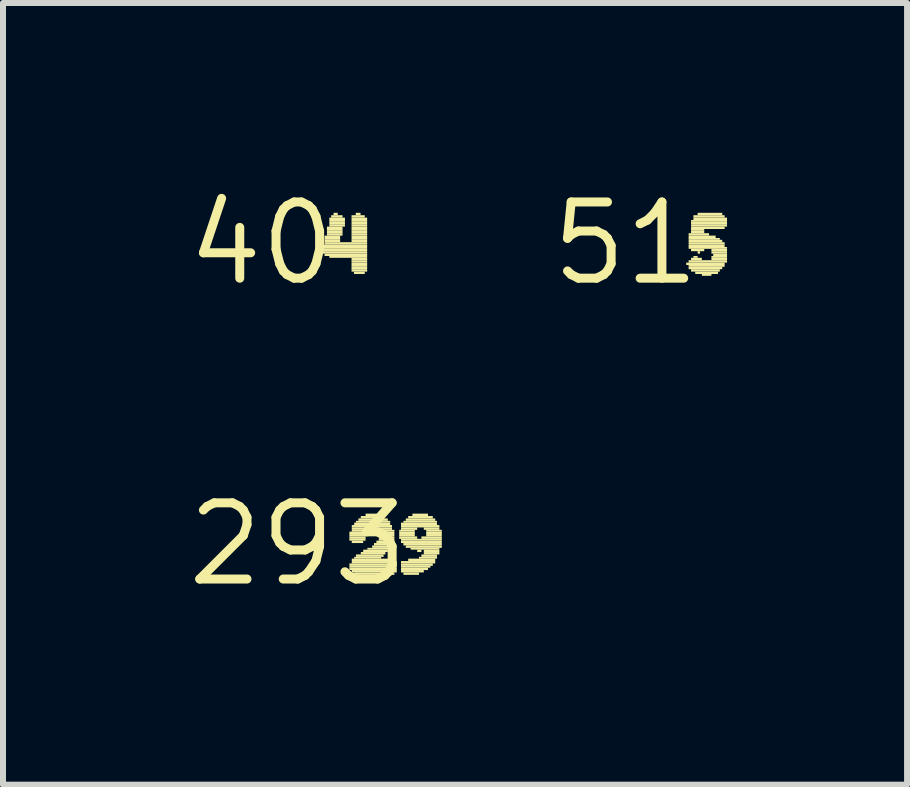
<source format=kicad_pcb>
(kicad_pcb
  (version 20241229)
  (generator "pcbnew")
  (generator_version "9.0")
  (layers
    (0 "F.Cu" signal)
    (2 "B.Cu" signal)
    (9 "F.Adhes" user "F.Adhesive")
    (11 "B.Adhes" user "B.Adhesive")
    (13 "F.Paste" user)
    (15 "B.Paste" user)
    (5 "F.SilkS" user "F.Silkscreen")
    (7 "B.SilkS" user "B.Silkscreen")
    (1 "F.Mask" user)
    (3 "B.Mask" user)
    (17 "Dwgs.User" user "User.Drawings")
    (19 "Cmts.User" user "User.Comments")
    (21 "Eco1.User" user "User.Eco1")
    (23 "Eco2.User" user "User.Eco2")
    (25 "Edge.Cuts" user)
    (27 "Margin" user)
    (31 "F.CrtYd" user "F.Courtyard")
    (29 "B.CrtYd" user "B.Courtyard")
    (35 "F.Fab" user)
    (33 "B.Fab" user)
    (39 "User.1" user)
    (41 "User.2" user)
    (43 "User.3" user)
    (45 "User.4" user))
  (footprint "293"
    (layer "F.Cu")
    (at 1.912 6.019)
    (property "Reference" "293" (at 0 0 0) (layer "F.SilkS") (effects (font (size 1.27 1.27) (thickness 0.15))))
    (fp_poly (pts (xy 0.86 -0.17) (xy 1.13 -0.17) (xy 1.13 -0.21) (xy 0.86 -0.21)) (stroke (width 0) (type default)) (fill yes) (layer "F.SilkS"))
    (fp_poly (pts (xy 0.86 -0.13) (xy 1.13 -0.13) (xy 1.13 -0.17) (xy 0.86 -0.17)) (stroke (width 0) (type default)) (fill yes) (layer "F.SilkS"))
    (fp_poly (pts (xy 0.86 -0.09) (xy 1.13 -0.09) (xy 1.13 -0.13) (xy 0.86 -0.13)) (stroke (width 0) (type default)) (fill yes) (layer "F.SilkS"))
    (fp_poly (pts (xy 0.86 -0.06) (xy 1.13 -0.06) (xy 1.13 -0.09) (xy 0.86 -0.09)) (stroke (width 0) (type default)) (fill yes) (layer "F.SilkS"))
    (fp_poly (pts (xy 0.86 0.36) (xy 1.65 0.36) (xy 1.65 0.32) (xy 0.86 0.32)) (stroke (width 0) (type default)) (fill yes) (layer "F.SilkS"))
    (fp_poly (pts (xy 0.86 0.39) (xy 1.65 0.39) (xy 1.65 0.36) (xy 0.86 0.36)) (stroke (width 0) (type default)) (fill yes) (layer "F.SilkS"))
    (fp_poly (pts (xy 0.86 0.43) (xy 1.65 0.43) (xy 1.65 0.39) (xy 0.86 0.39)) (stroke (width 0) (type default)) (fill yes) (layer "F.SilkS"))
    (fp_poly (pts (xy 0.9 -0.28) (xy 1.57 -0.28) (xy 1.57 -0.32) (xy 0.9 -0.32)) (stroke (width 0) (type default)) (fill yes) (layer "F.SilkS"))
    (fp_poly (pts (xy 0.9 -0.24) (xy 1.57 -0.24) (xy 1.57 -0.28) (xy 0.9 -0.28)) (stroke (width 0) (type default)) (fill yes) (layer "F.SilkS"))
    (fp_poly (pts (xy 0.9 -0.21) (xy 1.16 -0.21) (xy 1.16 -0.24) (xy 0.9 -0.24)) (stroke (width 0) (type default)) (fill yes) (layer "F.SilkS"))
    (fp_poly (pts (xy 0.9 -0.02) (xy 1.09 -0.02) (xy 1.09 -0.06) (xy 0.9 -0.06)) (stroke (width 0) (type default)) (fill yes) (layer "F.SilkS"))
    (fp_poly (pts (xy 0.9 0.28) (xy 1.54 0.28) (xy 1.54 0.24) (xy 0.9 0.24)) (stroke (width 0) (type default)) (fill yes) (layer "F.SilkS"))
    (fp_poly (pts (xy 0.9 0.32) (xy 1.65 0.32) (xy 1.65 0.28) (xy 0.9 0.28)) (stroke (width 0) (type default)) (fill yes) (layer "F.SilkS"))
    (fp_poly (pts (xy 0.9 0.47) (xy 1.65 0.47) (xy 1.65 0.43) (xy 0.9 0.43)) (stroke (width 0) (type default)) (fill yes) (layer "F.SilkS"))
    (fp_poly (pts (xy 0.94 -0.32) (xy 1.54 -0.32) (xy 1.54 -0.36) (xy 0.94 -0.36)) (stroke (width 0) (type default)) (fill yes) (layer "F.SilkS"))
    (fp_poly (pts (xy 0.94 0.24) (xy 1.39 0.24) (xy 1.39 0.21) (xy 0.94 0.21)) (stroke (width 0) (type default)) (fill yes) (layer "F.SilkS"))
    (fp_poly (pts (xy 0.94 0.51) (xy 1.61 0.51) (xy 1.61 0.47) (xy 0.94 0.47)) (stroke (width 0) (type default)) (fill yes) (layer "F.SilkS"))
    (fp_poly (pts (xy 0.97 -0.36) (xy 1.54 -0.36) (xy 1.54 -0.39) (xy 0.97 -0.39)) (stroke (width 0) (type default)) (fill yes) (layer "F.SilkS"))
    (fp_poly (pts (xy 0.97 0.21) (xy 1.43 0.21) (xy 1.43 0.17) (xy 0.97 0.17)) (stroke (width 0) (type default)) (fill yes) (layer "F.SilkS"))
    (fp_poly (pts (xy 1.01 -0.39) (xy 1.5 -0.39) (xy 1.5 -0.43) (xy 1.01 -0.43)) (stroke (width 0) (type default)) (fill yes) (layer "F.SilkS"))
    (fp_poly (pts (xy 1.05 -0.43) (xy 1.43 -0.43) (xy 1.43 -0.47) (xy 1.05 -0.47)) (stroke (width 0) (type default)) (fill yes) (layer "F.SilkS"))
    (fp_poly (pts (xy 1.05 0.17) (xy 1.46 0.17) (xy 1.46 0.13) (xy 1.05 0.13)) (stroke (width 0) (type default)) (fill yes) (layer "F.SilkS"))
    (fp_poly (pts (xy 1.09 0.13) (xy 1.5 0.13) (xy 1.5 0.09) (xy 1.09 0.09)) (stroke (width 0) (type default)) (fill yes) (layer "F.SilkS"))
    (fp_poly (pts (xy 1.13 -0.47) (xy 1.35 -0.47) (xy 1.35 -0.51) (xy 1.13 -0.51)) (stroke (width 0) (type default)) (fill yes) (layer "F.SilkS"))
    (fp_poly (pts (xy 1.16 0.09) (xy 1.54 0.09) (xy 1.54 0.06) (xy 1.16 0.06)) (stroke (width 0) (type default)) (fill yes) (layer "F.SilkS"))
    (fp_poly (pts (xy 1.24 0.06) (xy 1.57 0.06) (xy 1.57 0.02) (xy 1.24 0.02)) (stroke (width 0) (type default)) (fill yes) (layer "F.SilkS"))
    (fp_poly (pts (xy 1.27 0.02) (xy 1.57 0.02) (xy 1.57 -0.02) (xy 1.27 -0.02)) (stroke (width 0) (type default)) (fill yes) (layer "F.SilkS"))
    (fp_poly (pts (xy 1.31 -0.21) (xy 1.61 -0.21) (xy 1.61 -0.24) (xy 1.31 -0.24)) (stroke (width 0) (type default)) (fill yes) (layer "F.SilkS"))
    (fp_poly (pts (xy 1.31 -0.02) (xy 1.61 -0.02) (xy 1.61 -0.06) (xy 1.31 -0.06)) (stroke (width 0) (type default)) (fill yes) (layer "F.SilkS"))
    (fp_poly (pts (xy 1.35 -0.17) (xy 1.61 -0.17) (xy 1.61 -0.21) (xy 1.35 -0.21)) (stroke (width 0) (type default)) (fill yes) (layer "F.SilkS"))
    (fp_poly (pts (xy 1.35 -0.13) (xy 1.61 -0.13) (xy 1.61 -0.17) (xy 1.35 -0.17)) (stroke (width 0) (type default)) (fill yes) (layer "F.SilkS"))
    (fp_poly (pts (xy 1.35 -0.09) (xy 1.61 -0.09) (xy 1.61 -0.13) (xy 1.35 -0.13)) (stroke (width 0) (type default)) (fill yes) (layer "F.SilkS"))
    (fp_poly (pts (xy 1.35 -0.06) (xy 1.61 -0.06) (xy 1.61 -0.09) (xy 1.35 -0.09)) (stroke (width 0) (type default)) (fill yes) (layer "F.SilkS"))
    (fp_poly (pts (xy 1.69 -0.21) (xy 1.95 -0.21) (xy 1.95 -0.24) (xy 1.69 -0.24)) (stroke (width 0) (type default)) (fill yes) (layer "F.SilkS"))
    (fp_poly (pts (xy 1.69 -0.17) (xy 1.95 -0.17) (xy 1.95 -0.21) (xy 1.69 -0.21)) (stroke (width 0) (type default)) (fill yes) (layer "F.SilkS"))
    (fp_poly (pts (xy 1.69 -0.13) (xy 1.95 -0.13) (xy 1.95 -0.17) (xy 1.69 -0.17)) (stroke (width 0) (type default)) (fill yes) (layer "F.SilkS"))
    (fp_poly (pts (xy 1.69 -0.09) (xy 1.99 -0.09) (xy 1.99 -0.13) (xy 1.69 -0.13)) (stroke (width 0) (type default)) (fill yes) (layer "F.SilkS"))
    (fp_poly (pts (xy 1.72 -0.32) (xy 2.32 -0.32) (xy 2.32 -0.36) (xy 1.72 -0.36)) (stroke (width 0) (type default)) (fill yes) (layer "F.SilkS"))
    (fp_poly (pts (xy 1.72 -0.28) (xy 2.36 -0.28) (xy 2.36 -0.32) (xy 1.72 -0.32)) (stroke (width 0) (type default)) (fill yes) (layer "F.SilkS"))
    (fp_poly (pts (xy 1.72 -0.24) (xy 1.99 -0.24) (xy 1.99 -0.28) (xy 1.72 -0.28)) (stroke (width 0) (type default)) (fill yes) (layer "F.SilkS"))
    (fp_poly (pts (xy 1.72 -0.06) (xy 2.4 -0.06) (xy 2.4 -0.09) (xy 1.72 -0.09)) (stroke (width 0) (type default)) (fill yes) (layer "F.SilkS"))
    (fp_poly (pts (xy 1.72 -0.02) (xy 2.4 -0.02) (xy 2.4 -0.06) (xy 1.72 -0.06)) (stroke (width 0) (type default)) (fill yes) (layer "F.SilkS"))
    (fp_poly (pts (xy 1.72 0.32) (xy 2.29 0.32) (xy 2.29 0.28) (xy 1.72 0.28)) (stroke (width 0) (type default)) (fill yes) (layer "F.SilkS"))
    (fp_poly (pts (xy 1.72 0.36) (xy 2.25 0.36) (xy 2.25 0.32) (xy 1.72 0.32)) (stroke (width 0) (type default)) (fill yes) (layer "F.SilkS"))
    (fp_poly (pts (xy 1.72 0.39) (xy 2.21 0.39) (xy 2.21 0.36) (xy 1.72 0.36)) (stroke (width 0) (type default)) (fill yes) (layer "F.SilkS"))
    (fp_poly (pts (xy 1.72 0.43) (xy 2.17 0.43) (xy 2.17 0.39) (xy 1.72 0.39)) (stroke (width 0) (type default)) (fill yes) (layer "F.SilkS"))
    (fp_poly (pts (xy 1.72 0.47) (xy 2.1 0.47) (xy 2.1 0.43) (xy 1.72 0.43)) (stroke (width 0) (type default)) (fill yes) (layer "F.SilkS"))
    (fp_poly (pts (xy 1.76 -0.36) (xy 2.32 -0.36) (xy 2.32 -0.39) (xy 1.76 -0.39)) (stroke (width 0) (type default)) (fill yes) (layer "F.SilkS"))
    (fp_poly (pts (xy 1.76 0.02) (xy 2.4 0.02) (xy 2.4 -0.02) (xy 1.76 -0.02)) (stroke (width 0) (type default)) (fill yes) (layer "F.SilkS"))
    (fp_poly (pts (xy 1.76 0.51) (xy 2.02 0.51) (xy 2.02 0.47) (xy 1.76 0.47)) (stroke (width 0) (type default)) (fill yes) (layer "F.SilkS"))
    (fp_poly (pts (xy 1.8 -0.39) (xy 2.29 -0.39) (xy 2.29 -0.43) (xy 1.8 -0.43)) (stroke (width 0) (type default)) (fill yes) (layer "F.SilkS"))
    (fp_poly (pts (xy 1.8 0.06) (xy 2.4 0.06) (xy 2.4 0.02) (xy 1.8 0.02)) (stroke (width 0) (type default)) (fill yes) (layer "F.SilkS"))
    (fp_poly (pts (xy 1.84 -0.43) (xy 2.25 -0.43) (xy 2.25 -0.47) (xy 1.84 -0.47)) (stroke (width 0) (type default)) (fill yes) (layer "F.SilkS"))
    (fp_poly (pts (xy 1.84 0.28) (xy 2.29 0.28) (xy 2.29 0.24) (xy 1.84 0.24)) (stroke (width 0) (type default)) (fill yes) (layer "F.SilkS"))
    (fp_poly (pts (xy 1.88 0.09) (xy 2.36 0.09) (xy 2.36 0.06) (xy 1.88 0.06)) (stroke (width 0) (type default)) (fill yes) (layer "F.SilkS"))
    (fp_poly (pts (xy 1.91 -0.47) (xy 2.17 -0.47) (xy 2.17 -0.51) (xy 1.91 -0.51)) (stroke (width 0) (type default)) (fill yes) (layer "F.SilkS"))
    (fp_poly (pts (xy 1.99 0.13) (xy 2.06 0.13) (xy 2.06 0.09) (xy 1.99 0.09)) (stroke (width 0) (type default)) (fill yes) (layer "F.SilkS"))
    (fp_poly (pts (xy 2.02 0.24) (xy 2.32 0.24) (xy 2.32 0.21) (xy 2.02 0.21)) (stroke (width 0) (type default)) (fill yes) (layer "F.SilkS"))
    (fp_poly (pts (xy 2.06 -0.09) (xy 2.4 -0.09) (xy 2.4 -0.13) (xy 2.06 -0.13)) (stroke (width 0) (type default)) (fill yes) (layer "F.SilkS"))
    (fp_poly (pts (xy 2.06 0.21) (xy 2.32 0.21) (xy 2.32 0.17) (xy 2.06 0.17)) (stroke (width 0) (type default)) (fill yes) (layer "F.SilkS"))
    (fp_poly (pts (xy 2.1 -0.24) (xy 2.36 -0.24) (xy 2.36 -0.28) (xy 2.1 -0.28)) (stroke (width 0) (type default)) (fill yes) (layer "F.SilkS"))
    (fp_poly (pts (xy 2.1 0.13) (xy 2.36 0.13) (xy 2.36 0.09) (xy 2.1 0.09)) (stroke (width 0) (type default)) (fill yes) (layer "F.SilkS"))
    (fp_poly (pts (xy 2.1 0.17) (xy 2.36 0.17) (xy 2.36 0.13) (xy 2.1 0.13)) (stroke (width 0) (type default)) (fill yes) (layer "F.SilkS"))
    (fp_poly (pts (xy 2.14 -0.21) (xy 2.4 -0.21) (xy 2.4 -0.24) (xy 2.14 -0.24)) (stroke (width 0) (type default)) (fill yes) (layer "F.SilkS"))
    (fp_poly (pts (xy 2.14 -0.17) (xy 2.4 -0.17) (xy 2.4 -0.21) (xy 2.14 -0.21)) (stroke (width 0) (type default)) (fill yes) (layer "F.SilkS"))
    (fp_poly (pts (xy 2.14 -0.13) (xy 2.4 -0.13) (xy 2.4 -0.17) (xy 2.14 -0.17)) (stroke (width 0) (type default)) (fill yes) (layer "F.SilkS")))
  (footprint "40"
    (layer "F.Cu")
    (at 1.308 1.006)
    (property "Reference" "40" (at 0 0 0) (layer "F.SilkS") (effects (font (size 1.27 1.27) (thickness 0.15))))
    (fp_poly (pts (xy 1.01 0.06) (xy 1.76 0.06) (xy 1.76 0.02) (xy 1.01 0.02)) (stroke (width 0) (type default)) (fill yes) (layer "F.SilkS"))
    (fp_poly (pts (xy 1.01 0.09) (xy 1.76 0.09) (xy 1.76 0.06) (xy 1.01 0.06)) (stroke (width 0) (type default)) (fill yes) (layer "F.SilkS"))
    (fp_poly (pts (xy 1.01 0.13) (xy 1.76 0.13) (xy 1.76 0.09) (xy 1.01 0.09)) (stroke (width 0) (type default)) (fill yes) (layer "F.SilkS"))
    (fp_poly (pts (xy 1.01 0.17) (xy 1.76 0.17) (xy 1.76 0.13) (xy 1.01 0.13)) (stroke (width 0) (type default)) (fill yes) (layer "F.SilkS"))
    (fp_poly (pts (xy 1.05 -0.09) (xy 1.31 -0.09) (xy 1.31 -0.13) (xy 1.05 -0.13)) (stroke (width 0) (type default)) (fill yes) (layer "F.SilkS"))
    (fp_poly (pts (xy 1.05 -0.06) (xy 1.31 -0.06) (xy 1.31 -0.09) (xy 1.05 -0.09)) (stroke (width 0) (type default)) (fill yes) (layer "F.SilkS"))
    (fp_poly (pts (xy 1.05 -0.02) (xy 1.31 -0.02) (xy 1.31 -0.06) (xy 1.05 -0.06)) (stroke (width 0) (type default)) (fill yes) (layer "F.SilkS"))
    (fp_poly (pts (xy 1.05 0.02) (xy 1.76 0.02) (xy 1.76 -0.02) (xy 1.05 -0.02)) (stroke (width 0) (type default)) (fill yes) (layer "F.SilkS"))
    (fp_poly (pts (xy 1.05 0.21) (xy 1.76 0.21) (xy 1.76 0.17) (xy 1.05 0.17)) (stroke (width 0) (type default)) (fill yes) (layer "F.SilkS"))
    (fp_poly (pts (xy 1.09 -0.24) (xy 1.35 -0.24) (xy 1.35 -0.28) (xy 1.09 -0.28)) (stroke (width 0) (type default)) (fill yes) (layer "F.SilkS"))
    (fp_poly (pts (xy 1.09 -0.21) (xy 1.35 -0.21) (xy 1.35 -0.24) (xy 1.09 -0.24)) (stroke (width 0) (type default)) (fill yes) (layer "F.SilkS"))
    (fp_poly (pts (xy 1.09 -0.17) (xy 1.35 -0.17) (xy 1.35 -0.21) (xy 1.09 -0.21)) (stroke (width 0) (type default)) (fill yes) (layer "F.SilkS"))
    (fp_poly (pts (xy 1.09 -0.13) (xy 1.35 -0.13) (xy 1.35 -0.17) (xy 1.09 -0.17)) (stroke (width 0) (type default)) (fill yes) (layer "F.SilkS"))
    (fp_poly (pts (xy 1.13 -0.39) (xy 1.39 -0.39) (xy 1.39 -0.43) (xy 1.13 -0.43)) (stroke (width 0) (type default)) (fill yes) (layer "F.SilkS"))
    (fp_poly (pts (xy 1.13 -0.36) (xy 1.39 -0.36) (xy 1.39 -0.39) (xy 1.13 -0.39)) (stroke (width 0) (type default)) (fill yes) (layer "F.SilkS"))
    (fp_poly (pts (xy 1.13 -0.32) (xy 1.39 -0.32) (xy 1.39 -0.36) (xy 1.13 -0.36)) (stroke (width 0) (type default)) (fill yes) (layer "F.SilkS"))
    (fp_poly (pts (xy 1.13 -0.28) (xy 1.39 -0.28) (xy 1.39 -0.32) (xy 1.13 -0.32)) (stroke (width 0) (type default)) (fill yes) (layer "F.SilkS"))
    (fp_poly (pts (xy 1.13 0.24) (xy 1.76 0.24) (xy 1.76 0.21) (xy 1.13 0.21)) (stroke (width 0) (type default)) (fill yes) (layer "F.SilkS"))
    (fp_poly (pts (xy 1.16 -0.43) (xy 1.35 -0.43) (xy 1.35 -0.47) (xy 1.16 -0.47)) (stroke (width 0) (type default)) (fill yes) (layer "F.SilkS"))
    (fp_poly (pts (xy 1.2 -0.47) (xy 1.27 -0.47) (xy 1.27 -0.51) (xy 1.2 -0.51)) (stroke (width 0) (type default)) (fill yes) (layer "F.SilkS"))
    (fp_poly (pts (xy 1.5 -0.43) (xy 1.72 -0.43) (xy 1.72 -0.47) (xy 1.5 -0.47)) (stroke (width 0) (type default)) (fill yes) (layer "F.SilkS"))
    (fp_poly (pts (xy 1.5 -0.39) (xy 1.76 -0.39) (xy 1.76 -0.43) (xy 1.5 -0.43)) (stroke (width 0) (type default)) (fill yes) (layer "F.SilkS"))
    (fp_poly (pts (xy 1.5 -0.36) (xy 1.76 -0.36) (xy 1.76 -0.39) (xy 1.5 -0.39)) (stroke (width 0) (type default)) (fill yes) (layer "F.SilkS"))
    (fp_poly (pts (xy 1.5 -0.32) (xy 1.76 -0.32) (xy 1.76 -0.36) (xy 1.5 -0.36)) (stroke (width 0) (type default)) (fill yes) (layer "F.SilkS"))
    (fp_poly (pts (xy 1.5 -0.28) (xy 1.76 -0.28) (xy 1.76 -0.32) (xy 1.5 -0.32)) (stroke (width 0) (type default)) (fill yes) (layer "F.SilkS"))
    (fp_poly (pts (xy 1.5 -0.24) (xy 1.76 -0.24) (xy 1.76 -0.28) (xy 1.5 -0.28)) (stroke (width 0) (type default)) (fill yes) (layer "F.SilkS"))
    (fp_poly (pts (xy 1.5 -0.21) (xy 1.76 -0.21) (xy 1.76 -0.24) (xy 1.5 -0.24)) (stroke (width 0) (type default)) (fill yes) (layer "F.SilkS"))
    (fp_poly (pts (xy 1.5 -0.17) (xy 1.76 -0.17) (xy 1.76 -0.21) (xy 1.5 -0.21)) (stroke (width 0) (type default)) (fill yes) (layer "F.SilkS"))
    (fp_poly (pts (xy 1.5 -0.13) (xy 1.76 -0.13) (xy 1.76 -0.17) (xy 1.5 -0.17)) (stroke (width 0) (type default)) (fill yes) (layer "F.SilkS"))
    (fp_poly (pts (xy 1.5 -0.09) (xy 1.76 -0.09) (xy 1.76 -0.13) (xy 1.5 -0.13)) (stroke (width 0) (type default)) (fill yes) (layer "F.SilkS"))
    (fp_poly (pts (xy 1.5 -0.06) (xy 1.76 -0.06) (xy 1.76 -0.09) (xy 1.5 -0.09)) (stroke (width 0) (type default)) (fill yes) (layer "F.SilkS"))
    (fp_poly (pts (xy 1.5 -0.02) (xy 1.76 -0.02) (xy 1.76 -0.06) (xy 1.5 -0.06)) (stroke (width 0) (type default)) (fill yes) (layer "F.SilkS"))
    (fp_poly (pts (xy 1.5 0.28) (xy 1.76 0.28) (xy 1.76 0.24) (xy 1.5 0.24)) (stroke (width 0) (type default)) (fill yes) (layer "F.SilkS"))
    (fp_poly (pts (xy 1.5 0.32) (xy 1.76 0.32) (xy 1.76 0.28) (xy 1.5 0.28)) (stroke (width 0) (type default)) (fill yes) (layer "F.SilkS"))
    (fp_poly (pts (xy 1.5 0.36) (xy 1.76 0.36) (xy 1.76 0.32) (xy 1.5 0.32)) (stroke (width 0) (type default)) (fill yes) (layer "F.SilkS"))
    (fp_poly (pts (xy 1.5 0.39) (xy 1.76 0.39) (xy 1.76 0.36) (xy 1.5 0.36)) (stroke (width 0) (type default)) (fill yes) (layer "F.SilkS"))
    (fp_poly (pts (xy 1.5 0.43) (xy 1.76 0.43) (xy 1.76 0.39) (xy 1.5 0.39)) (stroke (width 0) (type default)) (fill yes) (layer "F.SilkS"))
    (fp_poly (pts (xy 1.5 0.47) (xy 1.76 0.47) (xy 1.76 0.43) (xy 1.5 0.43)) (stroke (width 0) (type default)) (fill yes) (layer "F.SilkS"))
    (fp_poly (pts (xy 1.54 0.51) (xy 1.72 0.51) (xy 1.72 0.47) (xy 1.54 0.47)) (stroke (width 0) (type default)) (fill yes) (layer "F.SilkS"))
    (fp_poly (pts (xy 1.57 -0.47) (xy 1.65 -0.47) (xy 1.65 -0.51) (xy 1.57 -0.51)) (stroke (width 0) (type default)) (fill yes) (layer "F.SilkS")))
  (footprint "51"
    (layer "F.Cu")
    (at 7.375 1.006)
    (property "Reference" "51" (at 0 0 0) (layer "F.SilkS") (effects (font (size 1.27 1.27) (thickness 0.15))))
    (fp_poly (pts (xy 1.01 0.36) (xy 1.65 0.36) (xy 1.65 0.32) (xy 1.01 0.32)) (stroke (width 0) (type default)) (fill yes) (layer "F.SilkS"))
    (fp_poly (pts (xy 1.05 -0.13) (xy 1.39 -0.13) (xy 1.39 -0.17) (xy 1.05 -0.17)) (stroke (width 0) (type default)) (fill yes) (layer "F.SilkS"))
    (fp_poly (pts (xy 1.05 -0.09) (xy 1.5 -0.09) (xy 1.5 -0.13) (xy 1.05 -0.13)) (stroke (width 0) (type default)) (fill yes) (layer "F.SilkS"))
    (fp_poly (pts (xy 1.05 -0.06) (xy 1.57 -0.06) (xy 1.57 -0.09) (xy 1.05 -0.09)) (stroke (width 0) (type default)) (fill yes) (layer "F.SilkS"))
    (fp_poly (pts (xy 1.05 -0.02) (xy 1.61 -0.02) (xy 1.61 -0.06) (xy 1.05 -0.06)) (stroke (width 0) (type default)) (fill yes) (layer "F.SilkS"))
    (fp_poly (pts (xy 1.05 0.02) (xy 1.65 0.02) (xy 1.65 -0.02) (xy 1.05 -0.02)) (stroke (width 0) (type default)) (fill yes) (layer "F.SilkS"))
    (fp_poly (pts (xy 1.05 0.06) (xy 1.65 0.06) (xy 1.65 0.02) (xy 1.05 0.02)) (stroke (width 0) (type default)) (fill yes) (layer "F.SilkS"))
    (fp_poly (pts (xy 1.05 0.09) (xy 1.69 0.09) (xy 1.69 0.06) (xy 1.05 0.06)) (stroke (width 0) (type default)) (fill yes) (layer "F.SilkS"))
    (fp_poly (pts (xy 1.05 0.32) (xy 1.69 0.32) (xy 1.69 0.28) (xy 1.05 0.28)) (stroke (width 0) (type default)) (fill yes) (layer "F.SilkS"))
    (fp_poly (pts (xy 1.05 0.39) (xy 1.65 0.39) (xy 1.65 0.36) (xy 1.05 0.36)) (stroke (width 0) (type default)) (fill yes) (layer "F.SilkS"))
    (fp_poly (pts (xy 1.05 0.43) (xy 1.61 0.43) (xy 1.61 0.39) (xy 1.05 0.39)) (stroke (width 0) (type default)) (fill yes) (layer "F.SilkS"))
    (fp_poly (pts (xy 1.09 -0.36) (xy 1.69 -0.36) (xy 1.69 -0.39) (xy 1.09 -0.39)) (stroke (width 0) (type default)) (fill yes) (layer "F.SilkS"))
    (fp_poly (pts (xy 1.09 -0.32) (xy 1.69 -0.32) (xy 1.69 -0.36) (xy 1.09 -0.36)) (stroke (width 0) (type default)) (fill yes) (layer "F.SilkS"))
    (fp_poly (pts (xy 1.09 -0.28) (xy 1.69 -0.28) (xy 1.69 -0.32) (xy 1.09 -0.32)) (stroke (width 0) (type default)) (fill yes) (layer "F.SilkS"))
    (fp_poly (pts (xy 1.09 -0.24) (xy 1.65 -0.24) (xy 1.65 -0.28) (xy 1.09 -0.28)) (stroke (width 0) (type default)) (fill yes) (layer "F.SilkS"))
    (fp_poly (pts (xy 1.09 -0.21) (xy 1.31 -0.21) (xy 1.31 -0.24) (xy 1.09 -0.24)) (stroke (width 0) (type default)) (fill yes) (layer "F.SilkS"))
    (fp_poly (pts (xy 1.09 -0.17) (xy 1.31 -0.17) (xy 1.31 -0.21) (xy 1.09 -0.21)) (stroke (width 0) (type default)) (fill yes) (layer "F.SilkS"))
    (fp_poly (pts (xy 1.09 0.13) (xy 1.31 0.13) (xy 1.31 0.09) (xy 1.09 0.09)) (stroke (width 0) (type default)) (fill yes) (layer "F.SilkS"))
    (fp_poly (pts (xy 1.09 0.28) (xy 1.27 0.28) (xy 1.27 0.24) (xy 1.09 0.24)) (stroke (width 0) (type default)) (fill yes) (layer "F.SilkS"))
    (fp_poly (pts (xy 1.09 0.47) (xy 1.57 0.47) (xy 1.57 0.43) (xy 1.09 0.43)) (stroke (width 0) (type default)) (fill yes) (layer "F.SilkS"))
    (fp_poly (pts (xy 1.13 -0.43) (xy 1.65 -0.43) (xy 1.65 -0.47) (xy 1.13 -0.47)) (stroke (width 0) (type default)) (fill yes) (layer "F.SilkS"))
    (fp_poly (pts (xy 1.13 -0.39) (xy 1.69 -0.39) (xy 1.69 -0.43) (xy 1.13 -0.43)) (stroke (width 0) (type default)) (fill yes) (layer "F.SilkS"))
    (fp_poly (pts (xy 1.13 0.24) (xy 1.2 0.24) (xy 1.2 0.21) (xy 1.13 0.21)) (stroke (width 0) (type default)) (fill yes) (layer "F.SilkS"))
    (fp_poly (pts (xy 1.16 0.51) (xy 1.54 0.51) (xy 1.54 0.47) (xy 1.16 0.47)) (stroke (width 0) (type default)) (fill yes) (layer "F.SilkS"))
    (fp_poly (pts (xy 1.2 -0.47) (xy 1.61 -0.47) (xy 1.61 -0.51) (xy 1.2 -0.51)) (stroke (width 0) (type default)) (fill yes) (layer "F.SilkS"))
    (fp_poly (pts (xy 1.2 0.17) (xy 1.24 0.17) (xy 1.24 0.13) (xy 1.2 0.13)) (stroke (width 0) (type default)) (fill yes) (layer "F.SilkS"))
    (fp_poly (pts (xy 1.27 0.54) (xy 1.43 0.54) (xy 1.43 0.51) (xy 1.27 0.51)) (stroke (width 0) (type default)) (fill yes) (layer "F.SilkS"))
    (fp_poly (pts (xy 1.43 0.13) (xy 1.69 0.13) (xy 1.69 0.09) (xy 1.43 0.09)) (stroke (width 0) (type default)) (fill yes) (layer "F.SilkS"))
    (fp_poly (pts (xy 1.43 0.17) (xy 1.69 0.17) (xy 1.69 0.13) (xy 1.43 0.13)) (stroke (width 0) (type default)) (fill yes) (layer "F.SilkS"))
    (fp_poly (pts (xy 1.43 0.24) (xy 1.69 0.24) (xy 1.69 0.21) (xy 1.43 0.21)) (stroke (width 0) (type default)) (fill yes) (layer "F.SilkS"))
    (fp_poly (pts (xy 1.43 0.28) (xy 1.69 0.28) (xy 1.69 0.24) (xy 1.43 0.24)) (stroke (width 0) (type default)) (fill yes) (layer "F.SilkS"))
    (fp_poly (pts (xy 1.46 0.21) (xy 1.69 0.21) (xy 1.69 0.17) (xy 1.46 0.17)) (stroke (width 0) (type default)) (fill yes) (layer "F.SilkS")))
  (gr_rect
    (start -3 -3)
    (end 12.065 10.025)
    (stroke (width 0.1) (type default))
    (fill no)
    (layer "Edge.Cuts")))
</source>
